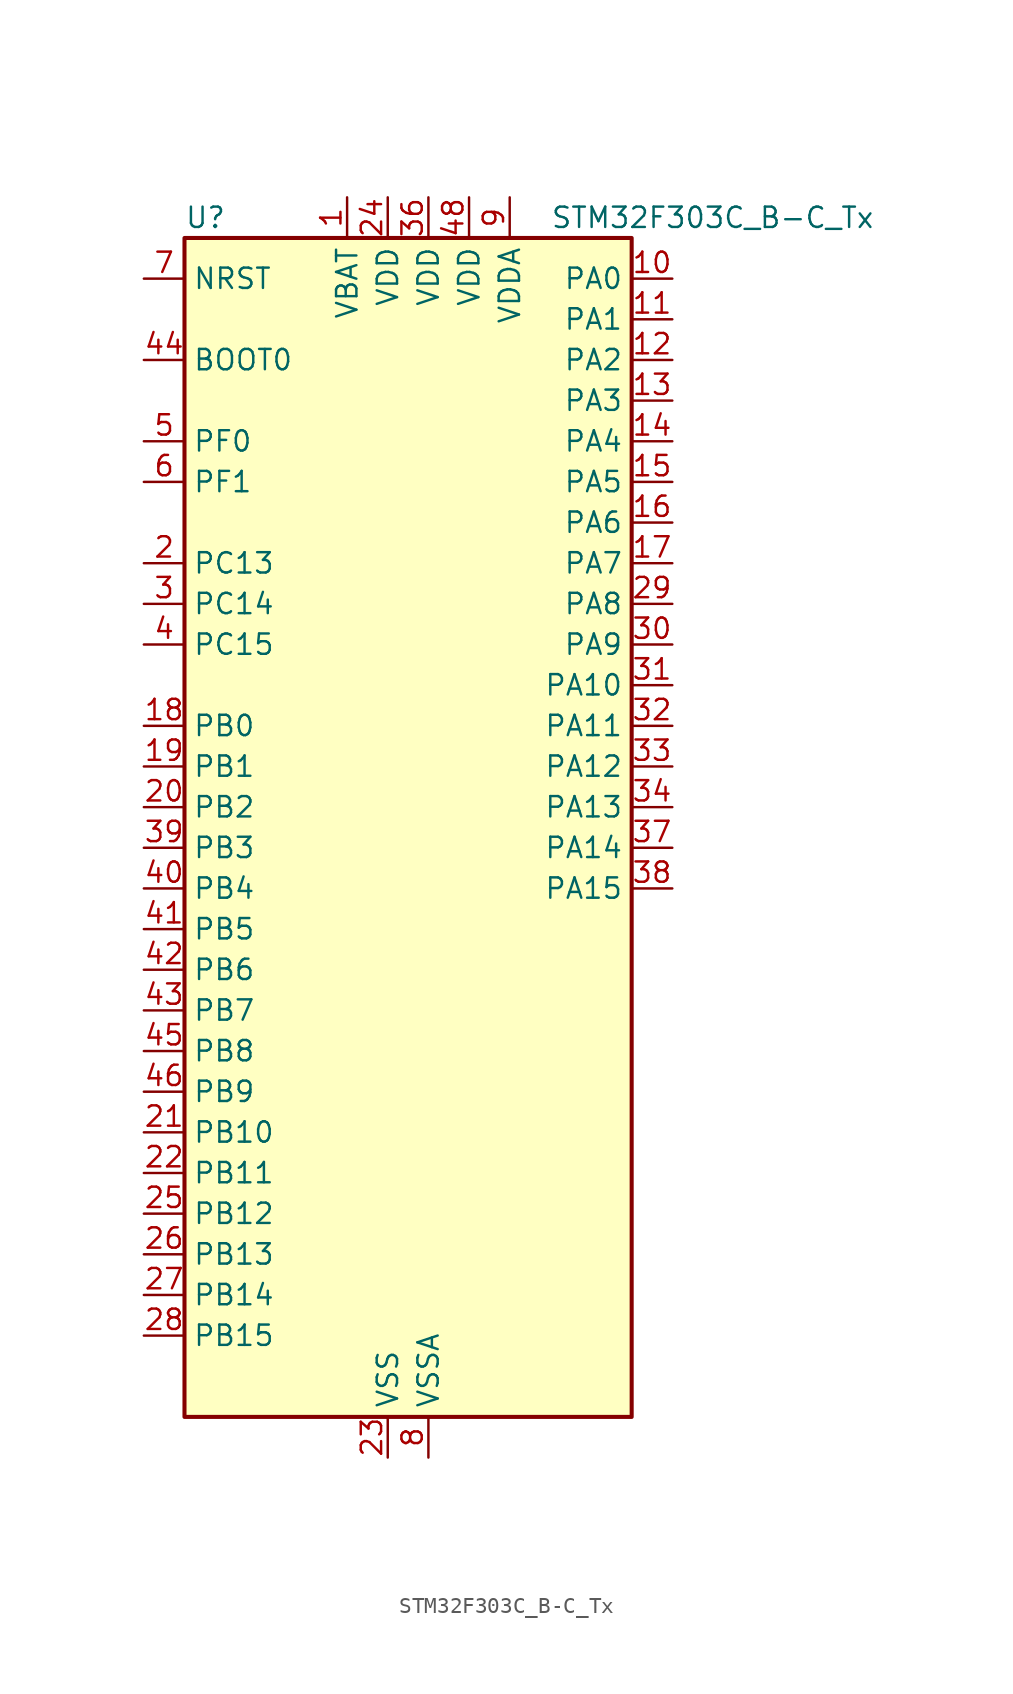
<source format=kicad_sym>
(kicad_symbol_lib
  (version 20231120)
  (generator "kicad_symbol_editor")
  (generator_version "8.0")
  (symbol "STM32F303C_B-C_Tx"
    (property "Reference" "U"
      (at -12.7 39.37 0)
      (effects (font (size 1.27 1.27)) (justify left)))
    (property "Value" "STM32F303C_B-C_Tx"
      (at 10.16 39.37 0)
      (effects (font (size 1.27 1.27)) (justify left)))
    (property "ki_locked" ""
      (at 0 0 0)
      (effects (font (size 1.27 1.27))))
    (symbol "STM32F303C_B-C_Tx_0_1"
      (rectangle (start -12.7 -35.56) (end 15.24 38.1) (stroke (width 0.254) (type default)) (fill (type background))))
    (symbol "STM32F303C_B-C_Tx_1_1"
      (pin power_in line (at -2.54 40.64 270) (length 2.54) (name "VBAT" (effects (font (size 1.27 1.27)))) (number "1" (effects (font (size 1.27 1.27)))))
      (pin bidirectional line (at 17.78 35.56 180) (length 2.54) (name "PA0" (effects (font (size 1.27 1.27)))) (number "10" (effects (font (size 1.27 1.27)))) (alternate "ADC1_IN1" bidirectional line) (alternate "COMP1_INM" bidirectional line) (alternate "COMP1_OUT" bidirectional line) (alternate "COMP7_INP" bidirectional line) (alternate "RTC_TAMP2" bidirectional line) (alternate "SYS_WKUP1" bidirectional line) (alternate "TIM2_CH1" bidirectional line) (alternate "TIM2_ETR" bidirectional line) (alternate "TIM8_BKIN" bidirectional line) (alternate "TIM8_ETR" bidirectional line) (alternate "TSC_G1_IO1" bidirectional line) (alternate "USART2_CTS" bidirectional line))
      (pin bidirectional line (at 17.78 33.02 180) (length 2.54) (name "PA1" (effects (font (size 1.27 1.27)))) (number "11" (effects (font (size 1.27 1.27)))) (alternate "ADC1_IN2" bidirectional line) (alternate "COMP1_INP" bidirectional line) (alternate "OPAMP1_VINP" bidirectional line) (alternate "OPAMP1_VINP_SEC" bidirectional line) (alternate "OPAMP3_VINP" bidirectional line) (alternate "OPAMP3_VINP_SEC" bidirectional line) (alternate "RTC_REFIN" bidirectional line) (alternate "TIM15_CH1N" bidirectional line) (alternate "TIM2_CH2" bidirectional line) (alternate "TSC_G1_IO2" bidirectional line) (alternate "USART2_DE" bidirectional line) (alternate "USART2_RTS" bidirectional line))
      (pin bidirectional line (at 17.78 30.48 180) (length 2.54) (name "PA2" (effects (font (size 1.27 1.27)))) (number "12" (effects (font (size 1.27 1.27)))) (alternate "ADC1_IN3" bidirectional line) (alternate "ADC3_EXTI2" bidirectional line) (alternate "ADC4_EXTI2" bidirectional line) (alternate "COMP2_INM" bidirectional line) (alternate "COMP2_OUT" bidirectional line) (alternate "OPAMP1_VOUT" bidirectional line) (alternate "TIM15_CH1" bidirectional line) (alternate "TIM2_CH3" bidirectional line) (alternate "TSC_G1_IO3" bidirectional line) (alternate "USART2_TX" bidirectional line))
      (pin bidirectional line (at 17.78 27.94 180) (length 2.54) (name "PA3" (effects (font (size 1.27 1.27)))) (number "13" (effects (font (size 1.27 1.27)))) (alternate "ADC1_IN4" bidirectional line) (alternate "COMP2_INP" bidirectional line) (alternate "OPAMP1_VINM" bidirectional line) (alternate "OPAMP1_VINM_SEC" bidirectional line) (alternate "OPAMP1_VINP" bidirectional line) (alternate "OPAMP1_VINP_SEC" bidirectional line) (alternate "TIM15_CH2" bidirectional line) (alternate "TIM2_CH4" bidirectional line) (alternate "TSC_G1_IO4" bidirectional line) (alternate "USART2_RX" bidirectional line))
      (pin bidirectional line (at 17.78 25.4 180) (length 2.54) (name "PA4" (effects (font (size 1.27 1.27)))) (number "14" (effects (font (size 1.27 1.27)))) (alternate "ADC2_IN1" bidirectional line) (alternate "COMP1_INM" bidirectional line) (alternate "COMP2_INM" bidirectional line) (alternate "COMP3_INM" bidirectional line) (alternate "COMP4_INM" bidirectional line) (alternate "COMP5_INM" bidirectional line) (alternate "COMP6_INM" bidirectional line) (alternate "COMP7_INM" bidirectional line) (alternate "DAC_OUT1" bidirectional line) (alternate "I2S3_WS" bidirectional line) (alternate "OPAMP4_VINP" bidirectional line) (alternate "OPAMP4_VINP_SEC" bidirectional line) (alternate "SPI1_NSS" bidirectional line) (alternate "SPI3_NSS" bidirectional line) (alternate "TIM3_CH2" bidirectional line) (alternate "TSC_G2_IO1" bidirectional line) (alternate "USART2_CK" bidirectional line))
      (pin bidirectional line (at 17.78 22.86 180) (length 2.54) (name "PA5" (effects (font (size 1.27 1.27)))) (number "15" (effects (font (size 1.27 1.27)))) (alternate "ADC2_IN2" bidirectional line) (alternate "COMP1_INM" bidirectional line) (alternate "COMP2_INM" bidirectional line) (alternate "COMP3_INM" bidirectional line) (alternate "COMP4_INM" bidirectional line) (alternate "COMP5_INM" bidirectional line) (alternate "COMP6_INM" bidirectional line) (alternate "COMP7_INM" bidirectional line) (alternate "DAC_OUT2" bidirectional line) (alternate "OPAMP1_VINP" bidirectional line) (alternate "OPAMP1_VINP_SEC" bidirectional line) (alternate "OPAMP2_VINM" bidirectional line) (alternate "OPAMP2_VINM_SEC" bidirectional line) (alternate "OPAMP3_VINP" bidirectional line) (alternate "OPAMP3_VINP_SEC" bidirectional line) (alternate "SPI1_SCK" bidirectional line) (alternate "TIM2_CH1" bidirectional line) (alternate "TIM2_ETR" bidirectional line) (alternate "TSC_G2_IO2" bidirectional line))
      (pin bidirectional line (at 17.78 20.32 180) (length 2.54) (name "PA6" (effects (font (size 1.27 1.27)))) (number "16" (effects (font (size 1.27 1.27)))) (alternate "ADC2_IN3" bidirectional line) (alternate "COMP1_OUT" bidirectional line) (alternate "OPAMP2_VOUT" bidirectional line) (alternate "SPI1_MISO" bidirectional line) (alternate "TIM16_CH1" bidirectional line) (alternate "TIM1_BKIN" bidirectional line) (alternate "TIM3_CH1" bidirectional line) (alternate "TIM8_BKIN" bidirectional line) (alternate "TSC_G2_IO3" bidirectional line))
      (pin bidirectional line (at 17.78 17.78 180) (length 2.54) (name "PA7" (effects (font (size 1.27 1.27)))) (number "17" (effects (font (size 1.27 1.27)))) (alternate "ADC2_IN4" bidirectional line) (alternate "COMP2_INP" bidirectional line) (alternate "COMP2_OUT" bidirectional line) (alternate "OPAMP1_VINP" bidirectional line) (alternate "OPAMP1_VINP_SEC" bidirectional line) (alternate "OPAMP2_VINP" bidirectional line) (alternate "OPAMP2_VINP_SEC" bidirectional line) (alternate "SPI1_MOSI" bidirectional line) (alternate "TIM17_CH1" bidirectional line) (alternate "TIM1_CH1N" bidirectional line) (alternate "TIM3_CH2" bidirectional line) (alternate "TIM8_CH1N" bidirectional line) (alternate "TSC_G2_IO4" bidirectional line))
      (pin bidirectional line (at -15.24 7.62 0) (length 2.54) (name "PB0" (effects (font (size 1.27 1.27)))) (number "18" (effects (font (size 1.27 1.27)))) (alternate "ADC3_IN12" bidirectional line) (alternate "COMP4_INP" bidirectional line) (alternate "OPAMP2_VINP" bidirectional line) (alternate "OPAMP2_VINP_SEC" bidirectional line) (alternate "OPAMP3_VINP" bidirectional line) (alternate "OPAMP3_VINP_SEC" bidirectional line) (alternate "TIM1_CH2N" bidirectional line) (alternate "TIM3_CH3" bidirectional line) (alternate "TIM8_CH2N" bidirectional line) (alternate "TSC_G3_IO2" bidirectional line))
      (pin bidirectional line (at -15.24 5.08 0) (length 2.54) (name "PB1" (effects (font (size 1.27 1.27)))) (number "19" (effects (font (size 1.27 1.27)))) (alternate "ADC3_IN1" bidirectional line) (alternate "COMP4_OUT" bidirectional line) (alternate "OPAMP3_VOUT" bidirectional line) (alternate "TIM1_CH3N" bidirectional line) (alternate "TIM3_CH4" bidirectional line) (alternate "TIM8_CH3N" bidirectional line) (alternate "TSC_G3_IO3" bidirectional line))
      (pin bidirectional line (at -15.24 17.78 0) (length 2.54) (name "PC13" (effects (font (size 1.27 1.27)))) (number "2" (effects (font (size 1.27 1.27)))) (alternate "RTC_OUT_ALARM" bidirectional line) (alternate "RTC_OUT_CALIB" bidirectional line) (alternate "RTC_TAMP1" bidirectional line) (alternate "RTC_TS" bidirectional line) (alternate "SYS_WKUP2" bidirectional line) (alternate "TIM1_CH1N" bidirectional line))
      (pin bidirectional line (at -15.24 2.54 0) (length 2.54) (name "PB2" (effects (font (size 1.27 1.27)))) (number "20" (effects (font (size 1.27 1.27)))) (alternate "ADC2_IN12" bidirectional line) (alternate "ADC3_EXTI2" bidirectional line) (alternate "ADC4_EXTI2" bidirectional line) (alternate "COMP4_INM" bidirectional line) (alternate "OPAMP3_VINM" bidirectional line) (alternate "OPAMP3_VINM_SEC" bidirectional line) (alternate "TSC_G3_IO4" bidirectional line))
      (pin bidirectional line (at -15.24 -17.78 0) (length 2.54) (name "PB10" (effects (font (size 1.27 1.27)))) (number "21" (effects (font (size 1.27 1.27)))) (alternate "COMP5_INM" bidirectional line) (alternate "OPAMP3_VINM" bidirectional line) (alternate "OPAMP3_VINM_SEC" bidirectional line) (alternate "OPAMP4_VINM" bidirectional line) (alternate "OPAMP4_VINM_SEC" bidirectional line) (alternate "TIM2_CH3" bidirectional line) (alternate "TSC_SYNC" bidirectional line) (alternate "USART3_TX" bidirectional line))
      (pin bidirectional line (at -15.24 -20.32 0) (length 2.54) (name "PB11" (effects (font (size 1.27 1.27)))) (number "22" (effects (font (size 1.27 1.27)))) (alternate "ADC1_EXTI11" bidirectional line) (alternate "ADC2_EXTI11" bidirectional line) (alternate "COMP6_INP" bidirectional line) (alternate "OPAMP4_VINP" bidirectional line) (alternate "OPAMP4_VINP_SEC" bidirectional line) (alternate "TIM2_CH4" bidirectional line) (alternate "TSC_G6_IO1" bidirectional line) (alternate "USART3_RX" bidirectional line))
      (pin power_in line (at 0 -38.1 90) (length 2.54) (name "VSS" (effects (font (size 1.27 1.27)))) (number "23" (effects (font (size 1.27 1.27)))))
      (pin power_in line (at 0 40.64 270) (length 2.54) (name "VDD" (effects (font (size 1.27 1.27)))) (number "24" (effects (font (size 1.27 1.27)))))
      (pin bidirectional line (at -15.24 -22.86 0) (length 2.54) (name "PB12" (effects (font (size 1.27 1.27)))) (number "25" (effects (font (size 1.27 1.27)))) (alternate "ADC4_IN3" bidirectional line) (alternate "COMP3_INM" bidirectional line) (alternate "I2C2_SMBA" bidirectional line) (alternate "I2S2_WS" bidirectional line) (alternate "OPAMP4_VOUT" bidirectional line) (alternate "SPI2_NSS" bidirectional line) (alternate "TIM1_BKIN" bidirectional line) (alternate "TSC_G6_IO2" bidirectional line) (alternate "USART3_CK" bidirectional line))
      (pin bidirectional line (at -15.24 -25.4 0) (length 2.54) (name "PB13" (effects (font (size 1.27 1.27)))) (number "26" (effects (font (size 1.27 1.27)))) (alternate "ADC3_IN5" bidirectional line) (alternate "COMP5_INP" bidirectional line) (alternate "I2S2_CK" bidirectional line) (alternate "OPAMP3_VINP" bidirectional line) (alternate "OPAMP3_VINP_SEC" bidirectional line) (alternate "OPAMP4_VINP" bidirectional line) (alternate "OPAMP4_VINP_SEC" bidirectional line) (alternate "SPI2_SCK" bidirectional line) (alternate "TIM1_CH1N" bidirectional line) (alternate "TSC_G6_IO3" bidirectional line) (alternate "USART3_CTS" bidirectional line))
      (pin bidirectional line (at -15.24 -27.94 0) (length 2.54) (name "PB14" (effects (font (size 1.27 1.27)))) (number "27" (effects (font (size 1.27 1.27)))) (alternate "ADC4_IN4" bidirectional line) (alternate "COMP3_INP" bidirectional line) (alternate "I2S2_ext_SD" bidirectional line) (alternate "OPAMP2_VINP" bidirectional line) (alternate "OPAMP2_VINP_SEC" bidirectional line) (alternate "SPI2_MISO" bidirectional line) (alternate "TIM15_CH1" bidirectional line) (alternate "TIM1_CH2N" bidirectional line) (alternate "TSC_G6_IO4" bidirectional line) (alternate "USART3_DE" bidirectional line) (alternate "USART3_RTS" bidirectional line))
      (pin bidirectional line (at -15.24 -30.48 0) (length 2.54) (name "PB15" (effects (font (size 1.27 1.27)))) (number "28" (effects (font (size 1.27 1.27)))) (alternate "ADC1_EXTI15" bidirectional line) (alternate "ADC2_EXTI15" bidirectional line) (alternate "ADC4_IN5" bidirectional line) (alternate "COMP6_INM" bidirectional line) (alternate "I2S2_SD" bidirectional line) (alternate "RTC_REFIN" bidirectional line) (alternate "SPI2_MOSI" bidirectional line) (alternate "TIM15_CH1N" bidirectional line) (alternate "TIM15_CH2" bidirectional line) (alternate "TIM1_CH3N" bidirectional line))
      (pin bidirectional line (at 17.78 15.24 180) (length 2.54) (name "PA8" (effects (font (size 1.27 1.27)))) (number "29" (effects (font (size 1.27 1.27)))) (alternate "COMP3_OUT" bidirectional line) (alternate "I2C2_SMBA" bidirectional line) (alternate "I2S2_MCK" bidirectional line) (alternate "RCC_MCO" bidirectional line) (alternate "TIM1_CH1" bidirectional line) (alternate "TIM4_ETR" bidirectional line) (alternate "USART1_CK" bidirectional line))
      (pin bidirectional line (at -15.24 15.24 0) (length 2.54) (name "PC14" (effects (font (size 1.27 1.27)))) (number "3" (effects (font (size 1.27 1.27)))) (alternate "RCC_OSC32_IN" bidirectional line))
      (pin bidirectional line (at 17.78 12.7 180) (length 2.54) (name "PA9" (effects (font (size 1.27 1.27)))) (number "30" (effects (font (size 1.27 1.27)))) (alternate "COMP5_OUT" bidirectional line) (alternate "DAC_EXTI9" bidirectional line) (alternate "I2C2_SCL" bidirectional line) (alternate "I2S3_MCK" bidirectional line) (alternate "TIM15_BKIN" bidirectional line) (alternate "TIM1_CH2" bidirectional line) (alternate "TIM2_CH3" bidirectional line) (alternate "TSC_G4_IO1" bidirectional line) (alternate "USART1_TX" bidirectional line))
      (pin bidirectional line (at 17.78 10.16 180) (length 2.54) (name "PA10" (effects (font (size 1.27 1.27)))) (number "31" (effects (font (size 1.27 1.27)))) (alternate "COMP6_OUT" bidirectional line) (alternate "I2C2_SDA" bidirectional line) (alternate "TIM17_BKIN" bidirectional line) (alternate "TIM1_CH3" bidirectional line) (alternate "TIM2_CH4" bidirectional line) (alternate "TIM8_BKIN" bidirectional line) (alternate "TSC_G4_IO2" bidirectional line) (alternate "USART1_RX" bidirectional line))
      (pin bidirectional line (at 17.78 7.62 180) (length 2.54) (name "PA11" (effects (font (size 1.27 1.27)))) (number "32" (effects (font (size 1.27 1.27)))) (alternate "ADC1_EXTI11" bidirectional line) (alternate "ADC2_EXTI11" bidirectional line) (alternate "CAN_RX" bidirectional line) (alternate "COMP1_OUT" bidirectional line) (alternate "TIM1_BKIN2" bidirectional line) (alternate "TIM1_CH1N" bidirectional line) (alternate "TIM1_CH4" bidirectional line) (alternate "TIM4_CH1" bidirectional line) (alternate "USART1_CTS" bidirectional line) (alternate "USB_DM" bidirectional line))
      (pin bidirectional line (at 17.78 5.08 180) (length 2.54) (name "PA12" (effects (font (size 1.27 1.27)))) (number "33" (effects (font (size 1.27 1.27)))) (alternate "CAN_TX" bidirectional line) (alternate "COMP2_OUT" bidirectional line) (alternate "TIM16_CH1" bidirectional line) (alternate "TIM1_CH2N" bidirectional line) (alternate "TIM1_ETR" bidirectional line) (alternate "TIM4_CH2" bidirectional line) (alternate "USART1_DE" bidirectional line) (alternate "USART1_RTS" bidirectional line) (alternate "USB_DP" bidirectional line))
      (pin bidirectional line (at 17.78 2.54 180) (length 2.54) (name "PA13" (effects (font (size 1.27 1.27)))) (number "34" (effects (font (size 1.27 1.27)))) (alternate "IR_OUT" bidirectional line) (alternate "SYS_JTMS-SWDIO" bidirectional line) (alternate "TIM16_CH1N" bidirectional line) (alternate "TIM4_CH3" bidirectional line) (alternate "TSC_G4_IO3" bidirectional line) (alternate "USART3_CTS" bidirectional line))
      (pin passive line (at 0 -38.1 90) (length 2.54) hide (name "VSS" (effects (font (size 1.27 1.27)))) (number "35" (effects (font (size 1.27 1.27)))))
      (pin power_in line (at 2.54 40.64 270) (length 2.54) (name "VDD" (effects (font (size 1.27 1.27)))) (number "36" (effects (font (size 1.27 1.27)))))
      (pin bidirectional line (at 17.78 0 180) (length 2.54) (name "PA14" (effects (font (size 1.27 1.27)))) (number "37" (effects (font (size 1.27 1.27)))) (alternate "I2C1_SDA" bidirectional line) (alternate "SYS_JTCK-SWCLK" bidirectional line) (alternate "TIM1_BKIN" bidirectional line) (alternate "TIM8_CH2" bidirectional line) (alternate "TSC_G4_IO4" bidirectional line) (alternate "USART2_TX" bidirectional line))
      (pin bidirectional line (at 17.78 -2.54 180) (length 2.54) (name "PA15" (effects (font (size 1.27 1.27)))) (number "38" (effects (font (size 1.27 1.27)))) (alternate "ADC1_EXTI15" bidirectional line) (alternate "ADC2_EXTI15" bidirectional line) (alternate "I2C1_SCL" bidirectional line) (alternate "I2S3_WS" bidirectional line) (alternate "SPI1_NSS" bidirectional line) (alternate "SPI3_NSS" bidirectional line) (alternate "SYS_JTDI" bidirectional line) (alternate "TIM1_BKIN" bidirectional line) (alternate "TIM2_CH1" bidirectional line) (alternate "TIM2_ETR" bidirectional line) (alternate "TIM8_CH1" bidirectional line) (alternate "USART2_RX" bidirectional line))
      (pin bidirectional line (at -15.24 0 0) (length 2.54) (name "PB3" (effects (font (size 1.27 1.27)))) (number "39" (effects (font (size 1.27 1.27)))) (alternate "I2S3_CK" bidirectional line) (alternate "SPI1_SCK" bidirectional line) (alternate "SPI3_SCK" bidirectional line) (alternate "SYS_JTDO-TRACESWO" bidirectional line) (alternate "TIM2_CH2" bidirectional line) (alternate "TIM3_ETR" bidirectional line) (alternate "TIM4_ETR" bidirectional line) (alternate "TIM8_CH1N" bidirectional line) (alternate "TSC_G5_IO1" bidirectional line) (alternate "USART2_TX" bidirectional line))
      (pin bidirectional line (at -15.24 12.7 0) (length 2.54) (name "PC15" (effects (font (size 1.27 1.27)))) (number "4" (effects (font (size 1.27 1.27)))) (alternate "ADC1_EXTI15" bidirectional line) (alternate "ADC2_EXTI15" bidirectional line) (alternate "RCC_OSC32_OUT" bidirectional line))
      (pin bidirectional line (at -15.24 -2.54 0) (length 2.54) (name "PB4" (effects (font (size 1.27 1.27)))) (number "40" (effects (font (size 1.27 1.27)))) (alternate "I2S3_ext_SD" bidirectional line) (alternate "SPI1_MISO" bidirectional line) (alternate "SPI3_MISO" bidirectional line) (alternate "SYS_NJTRST" bidirectional line) (alternate "TIM16_CH1" bidirectional line) (alternate "TIM17_BKIN" bidirectional line) (alternate "TIM3_CH1" bidirectional line) (alternate "TIM8_CH2N" bidirectional line) (alternate "TSC_G5_IO2" bidirectional line) (alternate "USART2_RX" bidirectional line))
      (pin bidirectional line (at -15.24 -5.08 0) (length 2.54) (name "PB5" (effects (font (size 1.27 1.27)))) (number "41" (effects (font (size 1.27 1.27)))) (alternate "I2C1_SMBA" bidirectional line) (alternate "I2S3_SD" bidirectional line) (alternate "SPI1_MOSI" bidirectional line) (alternate "SPI3_MOSI" bidirectional line) (alternate "TIM16_BKIN" bidirectional line) (alternate "TIM17_CH1" bidirectional line) (alternate "TIM3_CH2" bidirectional line) (alternate "TIM8_CH3N" bidirectional line) (alternate "USART2_CK" bidirectional line))
      (pin bidirectional line (at -15.24 -7.62 0) (length 2.54) (name "PB6" (effects (font (size 1.27 1.27)))) (number "42" (effects (font (size 1.27 1.27)))) (alternate "I2C1_SCL" bidirectional line) (alternate "TIM16_CH1N" bidirectional line) (alternate "TIM4_CH1" bidirectional line) (alternate "TIM8_BKIN2" bidirectional line) (alternate "TIM8_CH1" bidirectional line) (alternate "TIM8_ETR" bidirectional line) (alternate "TSC_G5_IO3" bidirectional line) (alternate "USART1_TX" bidirectional line))
      (pin bidirectional line (at -15.24 -10.16 0) (length 2.54) (name "PB7" (effects (font (size 1.27 1.27)))) (number "43" (effects (font (size 1.27 1.27)))) (alternate "I2C1_SDA" bidirectional line) (alternate "TIM17_CH1N" bidirectional line) (alternate "TIM3_CH4" bidirectional line) (alternate "TIM4_CH2" bidirectional line) (alternate "TIM8_BKIN" bidirectional line) (alternate "TSC_G5_IO4" bidirectional line) (alternate "USART1_RX" bidirectional line))
      (pin input line (at -15.24 30.48 0) (length 2.54) (name "BOOT0" (effects (font (size 1.27 1.27)))) (number "44" (effects (font (size 1.27 1.27)))))
      (pin bidirectional line (at -15.24 -12.7 0) (length 2.54) (name "PB8" (effects (font (size 1.27 1.27)))) (number "45" (effects (font (size 1.27 1.27)))) (alternate "CAN_RX" bidirectional line) (alternate "COMP1_OUT" bidirectional line) (alternate "I2C1_SCL" bidirectional line) (alternate "TIM16_CH1" bidirectional line) (alternate "TIM1_BKIN" bidirectional line) (alternate "TIM4_CH3" bidirectional line) (alternate "TIM8_CH2" bidirectional line) (alternate "TSC_SYNC" bidirectional line))
      (pin bidirectional line (at -15.24 -15.24 0) (length 2.54) (name "PB9" (effects (font (size 1.27 1.27)))) (number "46" (effects (font (size 1.27 1.27)))) (alternate "CAN_TX" bidirectional line) (alternate "COMP2_OUT" bidirectional line) (alternate "DAC_EXTI9" bidirectional line) (alternate "I2C1_SDA" bidirectional line) (alternate "IR_OUT" bidirectional line) (alternate "TIM17_CH1" bidirectional line) (alternate "TIM4_CH4" bidirectional line) (alternate "TIM8_CH3" bidirectional line))
      (pin passive line (at 0 -38.1 90) (length 2.54) hide (name "VSS" (effects (font (size 1.27 1.27)))) (number "47" (effects (font (size 1.27 1.27)))))
      (pin power_in line (at 5.08 40.64 270) (length 2.54) (name "VDD" (effects (font (size 1.27 1.27)))) (number "48" (effects (font (size 1.27 1.27)))))
      (pin bidirectional line (at -15.24 25.4 0) (length 2.54) (name "PF0" (effects (font (size 1.27 1.27)))) (number "5" (effects (font (size 1.27 1.27)))) (alternate "I2C2_SDA" bidirectional line) (alternate "RCC_OSC_IN" bidirectional line) (alternate "TIM1_CH3N" bidirectional line))
      (pin bidirectional line (at -15.24 22.86 0) (length 2.54) (name "PF1" (effects (font (size 1.27 1.27)))) (number "6" (effects (font (size 1.27 1.27)))) (alternate "I2C2_SCL" bidirectional line) (alternate "RCC_OSC_OUT" bidirectional line))
      (pin input line (at -15.24 35.56 0) (length 2.54) (name "NRST" (effects (font (size 1.27 1.27)))) (number "7" (effects (font (size 1.27 1.27)))))
      (pin power_in line (at 2.54 -38.1 90) (length 2.54) (name "VSSA" (effects (font (size 1.27 1.27)))) (number "8" (effects (font (size 1.27 1.27)))))
      (pin power_in line (at 7.62 40.64 270) (length 2.54) (name "VDDA" (effects (font (size 1.27 1.27)))) (number "9" (effects (font (size 1.27 1.27))))))))
</source>
